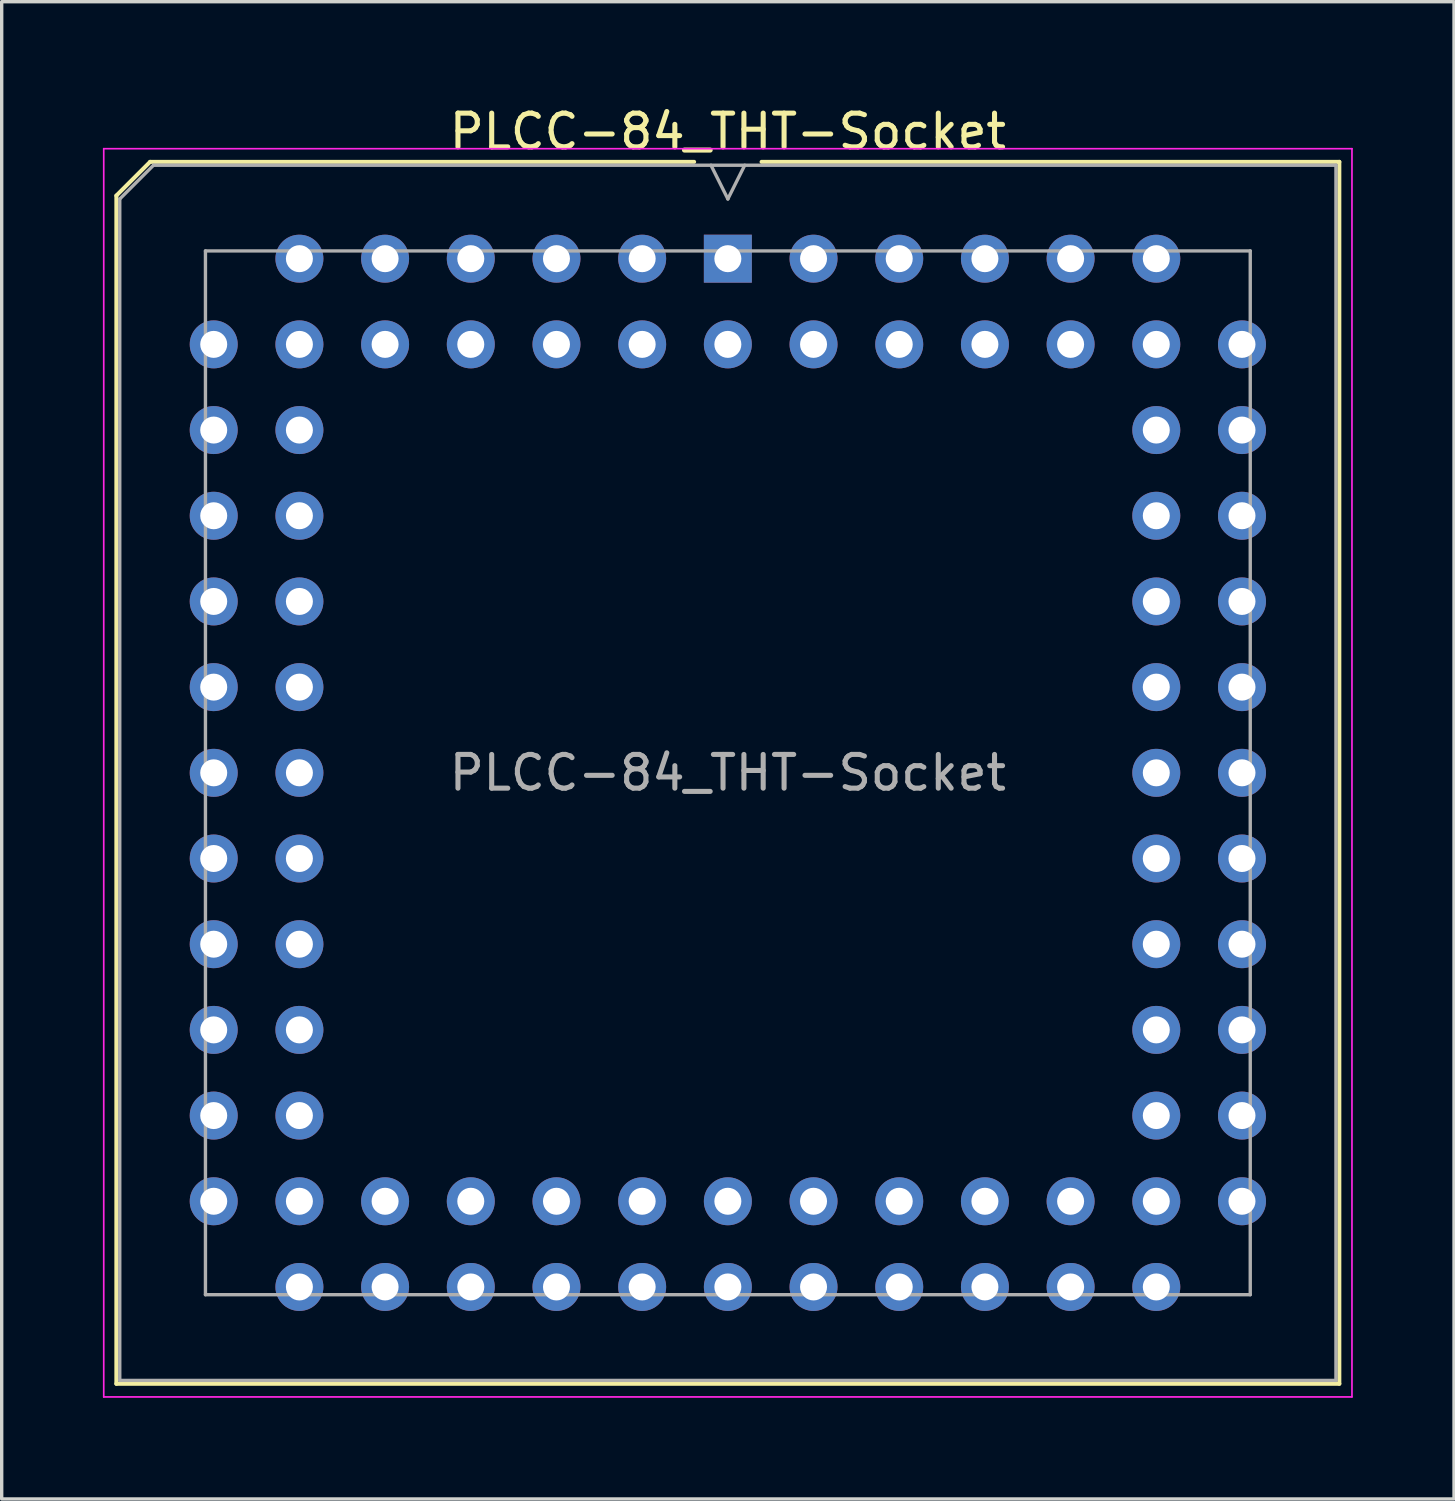
<source format=kicad_pcb>
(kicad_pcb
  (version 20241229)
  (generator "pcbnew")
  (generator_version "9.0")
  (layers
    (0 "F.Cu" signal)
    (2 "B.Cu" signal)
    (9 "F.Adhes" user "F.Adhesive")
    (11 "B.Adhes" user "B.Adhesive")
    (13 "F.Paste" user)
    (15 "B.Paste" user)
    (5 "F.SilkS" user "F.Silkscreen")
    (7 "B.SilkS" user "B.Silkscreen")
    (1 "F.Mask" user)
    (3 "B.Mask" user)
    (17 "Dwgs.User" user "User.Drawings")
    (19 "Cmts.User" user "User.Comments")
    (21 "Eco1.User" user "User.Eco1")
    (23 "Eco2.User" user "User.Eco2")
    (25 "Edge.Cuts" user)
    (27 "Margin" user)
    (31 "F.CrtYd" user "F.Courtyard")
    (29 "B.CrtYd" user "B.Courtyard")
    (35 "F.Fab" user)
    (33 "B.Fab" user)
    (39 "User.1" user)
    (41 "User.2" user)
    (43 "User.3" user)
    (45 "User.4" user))
  (footprint "PLCC-84_THT-Socket"
    (layer "F.Cu")
    (at 18.525 4.618)
    (property "Reference" "PLCC-84_THT-Socket" (at 0 -3.77 0) (layer "F.SilkS") (effects (font (size 1 1) (thickness 0.15))))
    (attr through_hole)
    (fp_line (start -18.125 -1.87) (end -18.125 33.35) (stroke (width 0.12) (type solid)) (layer "F.SilkS"))
    (fp_line (start -18.125 33.35) (end 18.125 33.35) (stroke (width 0.12) (type solid)) (layer "F.SilkS"))
    (fp_line (start -17.125 -2.87) (end -18.125 -1.87) (stroke (width 0.12) (type solid)) (layer "F.SilkS"))
    (fp_line (start -1 -2.87) (end -17.125 -2.87) (stroke (width 0.12) (type solid)) (layer "F.SilkS"))
    (fp_line (start 18.125 -2.87) (end 1 -2.87) (stroke (width 0.12) (type solid)) (layer "F.SilkS"))
    (fp_line (start 18.125 33.35) (end 18.125 -2.87) (stroke (width 0.12) (type solid)) (layer "F.SilkS"))
    (fp_line (start -18.5 -3.26) (end -18.5 33.74) (stroke (width 0.05) (type solid)) (layer "F.CrtYd"))
    (fp_line (start -18.5 33.74) (end 18.5 33.74) (stroke (width 0.05) (type solid)) (layer "F.CrtYd"))
    (fp_line (start 18.5 -3.26) (end -18.5 -3.26) (stroke (width 0.05) (type solid)) (layer "F.CrtYd"))
    (fp_line (start 18.5 33.74) (end 18.5 -3.26) (stroke (width 0.05) (type solid)) (layer "F.CrtYd"))
    (fp_line (start -18.025 -1.77) (end -18.025 33.25) (stroke (width 0.1) (type solid)) (layer "F.Fab"))
    (fp_line (start -18.025 33.25) (end 18.025 33.25) (stroke (width 0.1) (type solid)) (layer "F.Fab"))
    (fp_line (start -17.025 -2.77) (end -18.025 -1.77) (stroke (width 0.1) (type solid)) (layer "F.Fab"))
    (fp_line (start -15.485 -0.23) (end -15.485 30.71) (stroke (width 0.1) (type solid)) (layer "F.Fab"))
    (fp_line (start -15.485 30.71) (end 15.485 30.71) (stroke (width 0.1) (type solid)) (layer "F.Fab"))
    (fp_line (start -0.5 -2.77) (end 0 -1.77) (stroke (width 0.1) (type solid)) (layer "F.Fab"))
    (fp_line (start 0 -1.77) (end 0.5 -2.77) (stroke (width 0.1) (type solid)) (layer "F.Fab"))
    (fp_line (start 15.485 -0.23) (end -15.485 -0.23) (stroke (width 0.1) (type solid)) (layer "F.Fab"))
    (fp_line (start 15.485 30.71) (end 15.485 -0.23) (stroke (width 0.1) (type solid)) (layer "F.Fab"))
    (fp_line (start 18.025 -2.77) (end -17.025 -2.77) (stroke (width 0.1) (type solid)) (layer "F.Fab"))
    (fp_line (start 18.025 33.25) (end 18.025 -2.77) (stroke (width 0.1) (type solid)) (layer "F.Fab"))
    (fp_text user "${REFERENCE}" (at 0 15.24 0) (layer "F.Fab") (effects (font (size 1 1) (thickness 0.15))))
    (pad "1" thru_hole rect (at 0 0) (size 1.422 1.422) (drill 0.8) (layers "*.Cu" "*.Mask"))
    (pad "2" thru_hole circle (at 0 2.54) (size 1.422 1.422) (drill 0.8) (layers "*.Cu" "*.Mask"))
    (pad "3" thru_hole circle (at -2.54 0) (size 1.422 1.422) (drill 0.8) (layers "*.Cu" "*.Mask"))
    (pad "4" thru_hole circle (at -2.54 2.54) (size 1.422 1.422) (drill 0.8) (layers "*.Cu" "*.Mask"))
    (pad "5" thru_hole circle (at -5.08 0) (size 1.422 1.422) (drill 0.8) (layers "*.Cu" "*.Mask"))
    (pad "6" thru_hole circle (at -5.08 2.54) (size 1.422 1.422) (drill 0.8) (layers "*.Cu" "*.Mask"))
    (pad "7" thru_hole circle (at -7.62 0) (size 1.422 1.422) (drill 0.8) (layers "*.Cu" "*.Mask"))
    (pad "8" thru_hole circle (at -7.62 2.54) (size 1.422 1.422) (drill 0.8) (layers "*.Cu" "*.Mask"))
    (pad "9" thru_hole circle (at -10.16 0) (size 1.422 1.422) (drill 0.8) (layers "*.Cu" "*.Mask"))
    (pad "10" thru_hole circle (at -10.16 2.54) (size 1.422 1.422) (drill 0.8) (layers "*.Cu" "*.Mask"))
    (pad "11" thru_hole circle (at -12.7 0) (size 1.422 1.422) (drill 0.8) (layers "*.Cu" "*.Mask"))
    (pad "12" thru_hole circle (at -15.24 2.54) (size 1.422 1.422) (drill 0.8) (layers "*.Cu" "*.Mask"))
    (pad "13" thru_hole circle (at -12.7 2.54) (size 1.422 1.422) (drill 0.8) (layers "*.Cu" "*.Mask"))
    (pad "14" thru_hole circle (at -15.24 5.08) (size 1.422 1.422) (drill 0.8) (layers "*.Cu" "*.Mask"))
    (pad "15" thru_hole circle (at -12.7 5.08) (size 1.422 1.422) (drill 0.8) (layers "*.Cu" "*.Mask"))
    (pad "16" thru_hole circle (at -15.24 7.62) (size 1.422 1.422) (drill 0.8) (layers "*.Cu" "*.Mask"))
    (pad "17" thru_hole circle (at -12.7 7.62) (size 1.422 1.422) (drill 0.8) (layers "*.Cu" "*.Mask"))
    (pad "18" thru_hole circle (at -15.24 10.16) (size 1.422 1.422) (drill 0.8) (layers "*.Cu" "*.Mask"))
    (pad "19" thru_hole circle (at -12.7 10.16) (size 1.422 1.422) (drill 0.8) (layers "*.Cu" "*.Mask"))
    (pad "20" thru_hole circle (at -15.24 12.7) (size 1.422 1.422) (drill 0.8) (layers "*.Cu" "*.Mask"))
    (pad "21" thru_hole circle (at -12.7 12.7) (size 1.422 1.422) (drill 0.8) (layers "*.Cu" "*.Mask"))
    (pad "22" thru_hole circle (at -15.24 15.24) (size 1.422 1.422) (drill 0.8) (layers "*.Cu" "*.Mask"))
    (pad "23" thru_hole circle (at -12.7 15.24) (size 1.422 1.422) (drill 0.8) (layers "*.Cu" "*.Mask"))
    (pad "24" thru_hole circle (at -15.24 17.78) (size 1.422 1.422) (drill 0.8) (layers "*.Cu" "*.Mask"))
    (pad "25" thru_hole circle (at -12.7 17.78) (size 1.422 1.422) (drill 0.8) (layers "*.Cu" "*.Mask"))
    (pad "26" thru_hole circle (at -15.24 20.32) (size 1.422 1.422) (drill 0.8) (layers "*.Cu" "*.Mask"))
    (pad "27" thru_hole circle (at -12.7 20.32) (size 1.422 1.422) (drill 0.8) (layers "*.Cu" "*.Mask"))
    (pad "28" thru_hole circle (at -15.24 22.86) (size 1.422 1.422) (drill 0.8) (layers "*.Cu" "*.Mask"))
    (pad "29" thru_hole circle (at -12.7 22.86) (size 1.422 1.422) (drill 0.8) (layers "*.Cu" "*.Mask"))
    (pad "30" thru_hole circle (at -15.24 25.4) (size 1.422 1.422) (drill 0.8) (layers "*.Cu" "*.Mask"))
    (pad "31" thru_hole circle (at -12.7 25.4) (size 1.422 1.422) (drill 0.8) (layers "*.Cu" "*.Mask"))
    (pad "32" thru_hole circle (at -15.24 27.94) (size 1.422 1.422) (drill 0.8) (layers "*.Cu" "*.Mask"))
    (pad "33" thru_hole circle (at -12.7 30.48) (size 1.422 1.422) (drill 0.8) (layers "*.Cu" "*.Mask"))
    (pad "34" thru_hole circle (at -12.7 27.94) (size 1.422 1.422) (drill 0.8) (layers "*.Cu" "*.Mask"))
    (pad "35" thru_hole circle (at -10.16 30.48) (size 1.422 1.422) (drill 0.8) (layers "*.Cu" "*.Mask"))
    (pad "36" thru_hole circle (at -10.16 27.94) (size 1.422 1.422) (drill 0.8) (layers "*.Cu" "*.Mask"))
    (pad "37" thru_hole circle (at -7.62 30.48) (size 1.422 1.422) (drill 0.8) (layers "*.Cu" "*.Mask"))
    (pad "38" thru_hole circle (at -7.62 27.94) (size 1.422 1.422) (drill 0.8) (layers "*.Cu" "*.Mask"))
    (pad "39" thru_hole circle (at -5.08 30.48) (size 1.422 1.422) (drill 0.8) (layers "*.Cu" "*.Mask"))
    (pad "40" thru_hole circle (at -5.08 27.94) (size 1.422 1.422) (drill 0.8) (layers "*.Cu" "*.Mask"))
    (pad "41" thru_hole circle (at -2.54 30.48) (size 1.422 1.422) (drill 0.8) (layers "*.Cu" "*.Mask"))
    (pad "42" thru_hole circle (at -2.54 27.94) (size 1.422 1.422) (drill 0.8) (layers "*.Cu" "*.Mask"))
    (pad "43" thru_hole circle (at 0 30.48) (size 1.422 1.422) (drill 0.8) (layers "*.Cu" "*.Mask"))
    (pad "44" thru_hole circle (at 0 27.94) (size 1.422 1.422) (drill 0.8) (layers "*.Cu" "*.Mask"))
    (pad "45" thru_hole circle (at 2.54 30.48) (size 1.422 1.422) (drill 0.8) (layers "*.Cu" "*.Mask"))
    (pad "46" thru_hole circle (at 2.54 27.94) (size 1.422 1.422) (drill 0.8) (layers "*.Cu" "*.Mask"))
    (pad "47" thru_hole circle (at 5.08 30.48) (size 1.422 1.422) (drill 0.8) (layers "*.Cu" "*.Mask"))
    (pad "48" thru_hole circle (at 5.08 27.94) (size 1.422 1.422) (drill 0.8) (layers "*.Cu" "*.Mask"))
    (pad "49" thru_hole circle (at 7.62 30.48) (size 1.422 1.422) (drill 0.8) (layers "*.Cu" "*.Mask"))
    (pad "50" thru_hole circle (at 7.62 27.94) (size 1.422 1.422) (drill 0.8) (layers "*.Cu" "*.Mask"))
    (pad "51" thru_hole circle (at 10.16 30.48) (size 1.422 1.422) (drill 0.8) (layers "*.Cu" "*.Mask"))
    (pad "52" thru_hole circle (at 10.16 27.94) (size 1.422 1.422) (drill 0.8) (layers "*.Cu" "*.Mask"))
    (pad "53" thru_hole circle (at 12.7 30.48) (size 1.422 1.422) (drill 0.8) (layers "*.Cu" "*.Mask"))
    (pad "54" thru_hole circle (at 15.24 27.94) (size 1.422 1.422) (drill 0.8) (layers "*.Cu" "*.Mask"))
    (pad "55" thru_hole circle (at 12.7 27.94) (size 1.422 1.422) (drill 0.8) (layers "*.Cu" "*.Mask"))
    (pad "56" thru_hole circle (at 15.24 25.4) (size 1.422 1.422) (drill 0.8) (layers "*.Cu" "*.Mask"))
    (pad "57" thru_hole circle (at 12.7 25.4) (size 1.422 1.422) (drill 0.8) (layers "*.Cu" "*.Mask"))
    (pad "58" thru_hole circle (at 15.24 22.86) (size 1.422 1.422) (drill 0.8) (layers "*.Cu" "*.Mask"))
    (pad "59" thru_hole circle (at 12.7 22.86) (size 1.422 1.422) (drill 0.8) (layers "*.Cu" "*.Mask"))
    (pad "60" thru_hole circle (at 15.24 20.32) (size 1.422 1.422) (drill 0.8) (layers "*.Cu" "*.Mask"))
    (pad "61" thru_hole circle (at 12.7 20.32) (size 1.422 1.422) (drill 0.8) (layers "*.Cu" "*.Mask"))
    (pad "62" thru_hole circle (at 15.24 17.78) (size 1.422 1.422) (drill 0.8) (layers "*.Cu" "*.Mask"))
    (pad "63" thru_hole circle (at 12.7 17.78) (size 1.422 1.422) (drill 0.8) (layers "*.Cu" "*.Mask"))
    (pad "64" thru_hole circle (at 15.24 15.24) (size 1.422 1.422) (drill 0.8) (layers "*.Cu" "*.Mask"))
    (pad "65" thru_hole circle (at 12.7 15.24) (size 1.422 1.422) (drill 0.8) (layers "*.Cu" "*.Mask"))
    (pad "66" thru_hole circle (at 15.24 12.7) (size 1.422 1.422) (drill 0.8) (layers "*.Cu" "*.Mask"))
    (pad "67" thru_hole circle (at 12.7 12.7) (size 1.422 1.422) (drill 0.8) (layers "*.Cu" "*.Mask"))
    (pad "68" thru_hole circle (at 15.24 10.16) (size 1.422 1.422) (drill 0.8) (layers "*.Cu" "*.Mask"))
    (pad "69" thru_hole circle (at 12.7 10.16) (size 1.422 1.422) (drill 0.8) (layers "*.Cu" "*.Mask"))
    (pad "70" thru_hole circle (at 15.24 7.62) (size 1.422 1.422) (drill 0.8) (layers "*.Cu" "*.Mask"))
    (pad "71" thru_hole circle (at 12.7 7.62) (size 1.422 1.422) (drill 0.8) (layers "*.Cu" "*.Mask"))
    (pad "72" thru_hole circle (at 15.24 5.08) (size 1.422 1.422) (drill 0.8) (layers "*.Cu" "*.Mask"))
    (pad "73" thru_hole circle (at 12.7 5.08) (size 1.422 1.422) (drill 0.8) (layers "*.Cu" "*.Mask"))
    (pad "74" thru_hole circle (at 15.24 2.54) (size 1.422 1.422) (drill 0.8) (layers "*.Cu" "*.Mask"))
    (pad "75" thru_hole circle (at 12.7 0) (size 1.422 1.422) (drill 0.8) (layers "*.Cu" "*.Mask"))
    (pad "76" thru_hole circle (at 12.7 2.54) (size 1.422 1.422) (drill 0.8) (layers "*.Cu" "*.Mask"))
    (pad "77" thru_hole circle (at 10.16 0) (size 1.422 1.422) (drill 0.8) (layers "*.Cu" "*.Mask"))
    (pad "78" thru_hole circle (at 10.16 2.54) (size 1.422 1.422) (drill 0.8) (layers "*.Cu" "*.Mask"))
    (pad "79" thru_hole circle (at 7.62 0) (size 1.422 1.422) (drill 0.8) (layers "*.Cu" "*.Mask"))
    (pad "80" thru_hole circle (at 7.62 2.54) (size 1.422 1.422) (drill 0.8) (layers "*.Cu" "*.Mask"))
    (pad "81" thru_hole circle (at 5.08 0) (size 1.422 1.422) (drill 0.8) (layers "*.Cu" "*.Mask"))
    (pad "82" thru_hole circle (at 5.08 2.54) (size 1.422 1.422) (drill 0.8) (layers "*.Cu" "*.Mask"))
    (pad "83" thru_hole circle (at 2.54 0) (size 1.422 1.422) (drill 0.8) (layers "*.Cu" "*.Mask"))
    (pad "84" thru_hole circle (at 2.54 2.54) (size 1.422 1.422) (drill 0.8) (layers "*.Cu" "*.Mask")))
  (gr_rect
    (start -3 -3)
    (end 40.05 41.383)
    (stroke (width 0.1) (type default))
    (fill no)
    (layer "Edge.Cuts")))
</source>
